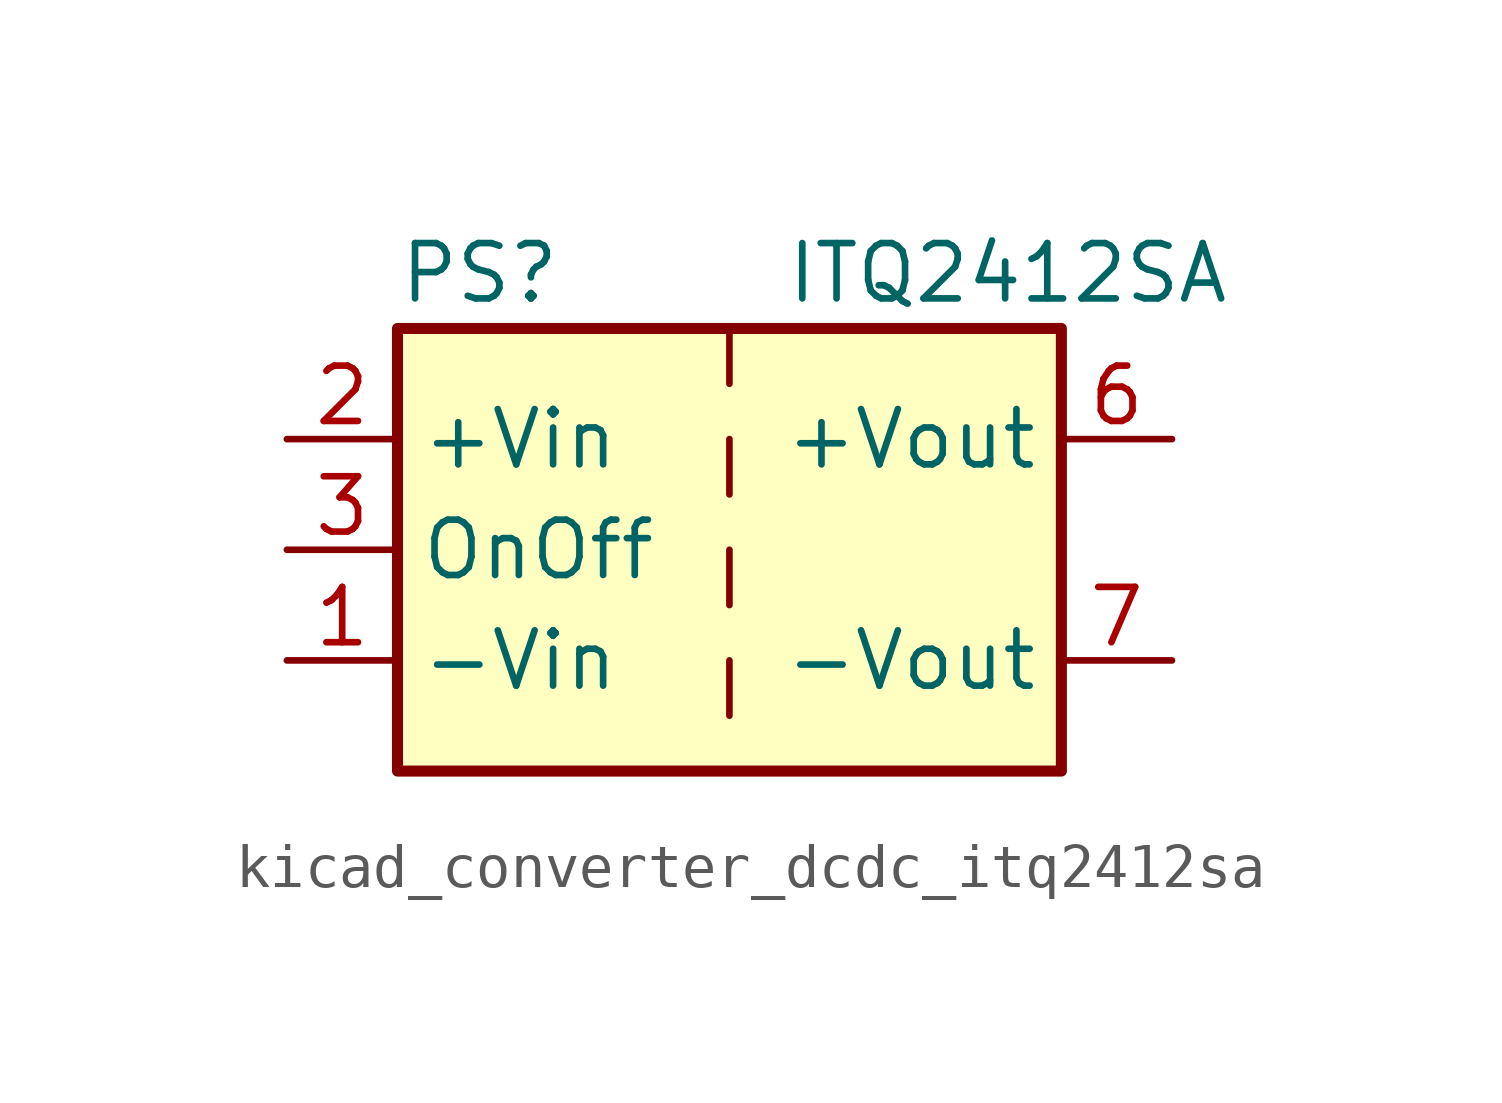
<source format=kicad_sym>
(kicad_symbol_lib
  (version 20220914)
  (generator kicad_symbol_editor)
  (symbol "kicad_converter_dcdc_itq2412sa"
    (property "Reference" "PS"
      (at -7.62 6.35 0)
      (effects (font (size 1.27 1.27)) (justify left)))
    (property "Value" "ITQ2412SA"
      (at 1.27 6.35 0)
      (effects (font (size 1.27 1.27)) (justify left)))
    (symbol "kicad_converter_dcdc_itq2412sa_0_0"
      (pin power_in line (at -10.16 -2.54 0) (length 2.54) (name "-Vin" (effects (font (size 1.27 1.27)))) (number "1" (effects (font (size 1.27 1.27)))))
      (pin power_in line (at -10.16 2.54 0) (length 2.54) (name "+Vin" (effects (font (size 1.27 1.27)))) (number "2" (effects (font (size 1.27 1.27)))))
      (pin input line (at -10.16 0 0) (length 2.54) (name "OnOff" (effects (font (size 1.27 1.27)))) (number "3" (effects (font (size 1.27 1.27)))))
      (pin no_connect line (at 0 5.08 270) (length 2.54) hide (name "NC" (effects (font (size 1.27 1.27)))) (number "5" (effects (font (size 1.27 1.27)))))
      (pin power_out line (at 10.16 2.54 180) (length 2.54) (name "+Vout" (effects (font (size 1.27 1.27)))) (number "6" (effects (font (size 1.27 1.27)))))
      (pin power_out line (at 10.16 -2.54 180) (length 2.54) (name "-Vout" (effects (font (size 1.27 1.27)))) (number "7" (effects (font (size 1.27 1.27)))))
      (pin no_connect line (at 7.62 0 180) (length 2.54) hide (name "NC" (effects (font (size 1.27 1.27)))) (number "8" (effects (font (size 1.27 1.27))))))
    (symbol "kicad_converter_dcdc_itq2412sa_0_1"
      (rectangle (start -7.62 5.08) (end 7.62 -5.08) (stroke (width 0.254) (type default)) (fill (type background)))
      (polyline (pts (xy 0 -2.54) (xy 0 -3.81)) (stroke (width 0) (type default)) (fill (type none)))
      (polyline (pts (xy 0 0) (xy 0 -1.27)) (stroke (width 0) (type default)) (fill (type none)))
      (polyline (pts (xy 0 2.54) (xy 0 1.27)) (stroke (width 0) (type default)) (fill (type none)))
      (polyline (pts (xy 0 5.08) (xy 0 3.81)) (stroke (width 0) (type default)) (fill (type none))))))
</source>
